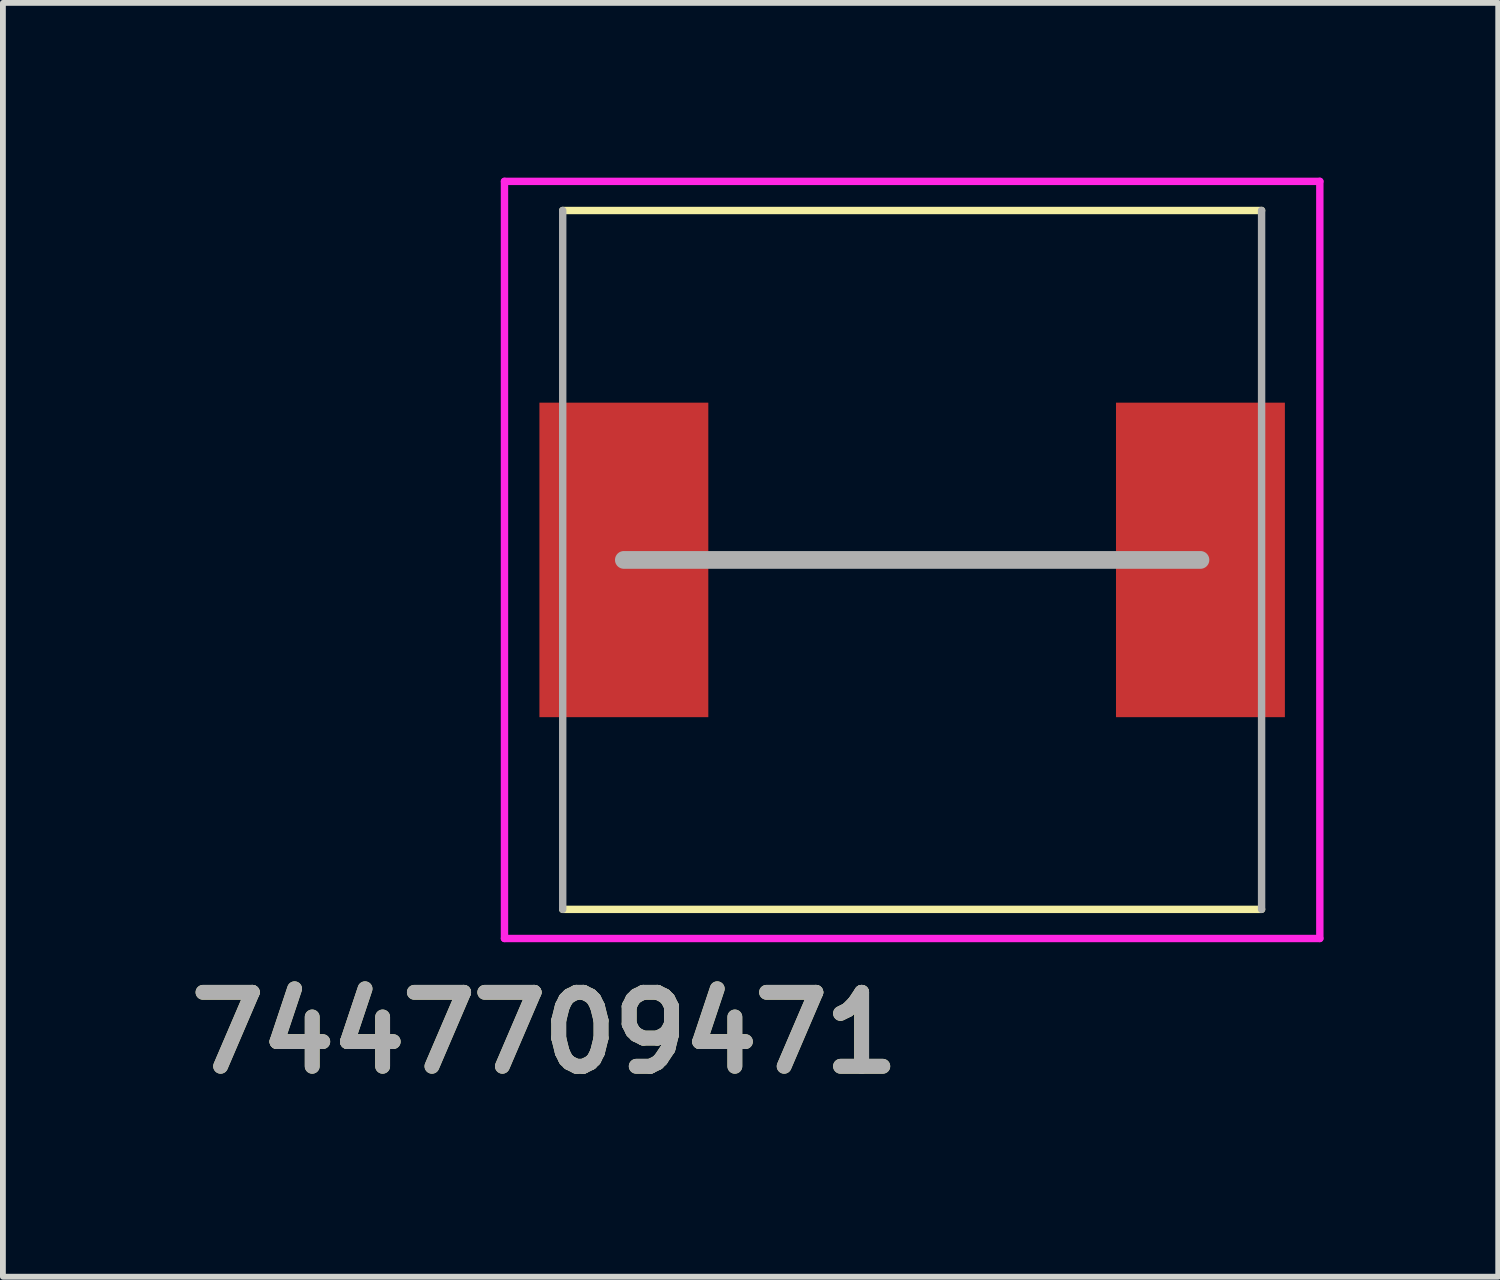
<source format=kicad_pcb>
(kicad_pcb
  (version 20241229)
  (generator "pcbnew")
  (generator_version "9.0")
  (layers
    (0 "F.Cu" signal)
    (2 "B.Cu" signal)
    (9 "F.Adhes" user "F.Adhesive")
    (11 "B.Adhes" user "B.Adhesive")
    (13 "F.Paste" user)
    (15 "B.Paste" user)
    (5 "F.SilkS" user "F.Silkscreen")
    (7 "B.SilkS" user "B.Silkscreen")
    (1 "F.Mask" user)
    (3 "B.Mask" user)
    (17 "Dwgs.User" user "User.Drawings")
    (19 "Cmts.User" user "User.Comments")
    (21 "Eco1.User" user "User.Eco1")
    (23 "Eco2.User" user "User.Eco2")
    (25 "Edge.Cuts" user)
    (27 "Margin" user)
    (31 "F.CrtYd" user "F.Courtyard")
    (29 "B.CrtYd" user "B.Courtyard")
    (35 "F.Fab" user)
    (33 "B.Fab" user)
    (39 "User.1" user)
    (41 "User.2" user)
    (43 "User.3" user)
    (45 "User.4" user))
  (footprint "7447709471"
    (layer "F.Cu")
    (at 12.612 6.564)
    (property "Reference" "7447709471" (at -6.31 8.12 0) (layer "F.SilkS") (effects (font (size 1.27 1.27) (thickness 0.254))))
    (attr smd)
    (fp_line (start -6 6) (end 6 6) (stroke (width 0.127) (type solid)) (layer "F.SilkS"))
    (fp_line (start 6 -6) (end -6 -6) (stroke (width 0.127) (type solid)) (layer "F.SilkS"))
    (fp_line (start -7 -6.5) (end -7 6.5) (stroke (width 0.127) (type solid)) (layer "F.CrtYd"))
    (fp_line (start -7 6.5) (end 7 6.5) (stroke (width 0.127) (type solid)) (layer "F.CrtYd"))
    (fp_line (start 7 -6.5) (end -7 -6.5) (stroke (width 0.127) (type solid)) (layer "F.CrtYd"))
    (fp_line (start 7 6.5) (end 7 -6.5) (stroke (width 0.127) (type solid)) (layer "F.CrtYd"))
    (fp_line (start -6 -6) (end -6 6) (stroke (width 0.127) (type solid)) (layer "F.Fab"))
    (fp_line (start 4.95 0) (end -4.95 0) (stroke (width 0.305) (type solid)) (layer "F.Fab"))
    (fp_line (start 6 6) (end 6 -6) (stroke (width 0.127) (type solid)) (layer "F.Fab"))
    (fp_text user "${REFERENCE}" (at -6.31 8.12 0) (layer "F.Fab") (effects (font (size 1.27 1.27) (thickness 0.254))))
    (pad "1" smd rect (at -4.95 0) (size 2.9 5.4) (layers "F.Cu" "F.Mask" "F.Paste"))
    (pad "2" smd rect (at 4.95 0) (size 2.9 5.4) (layers "F.Cu" "F.Mask" "F.Paste")))
  (gr_rect
    (start -3 -3)
    (end 22.675 18.872)
    (stroke (width 0.1) (type default))
    (fill no)
    (layer "Edge.Cuts")))
</source>
